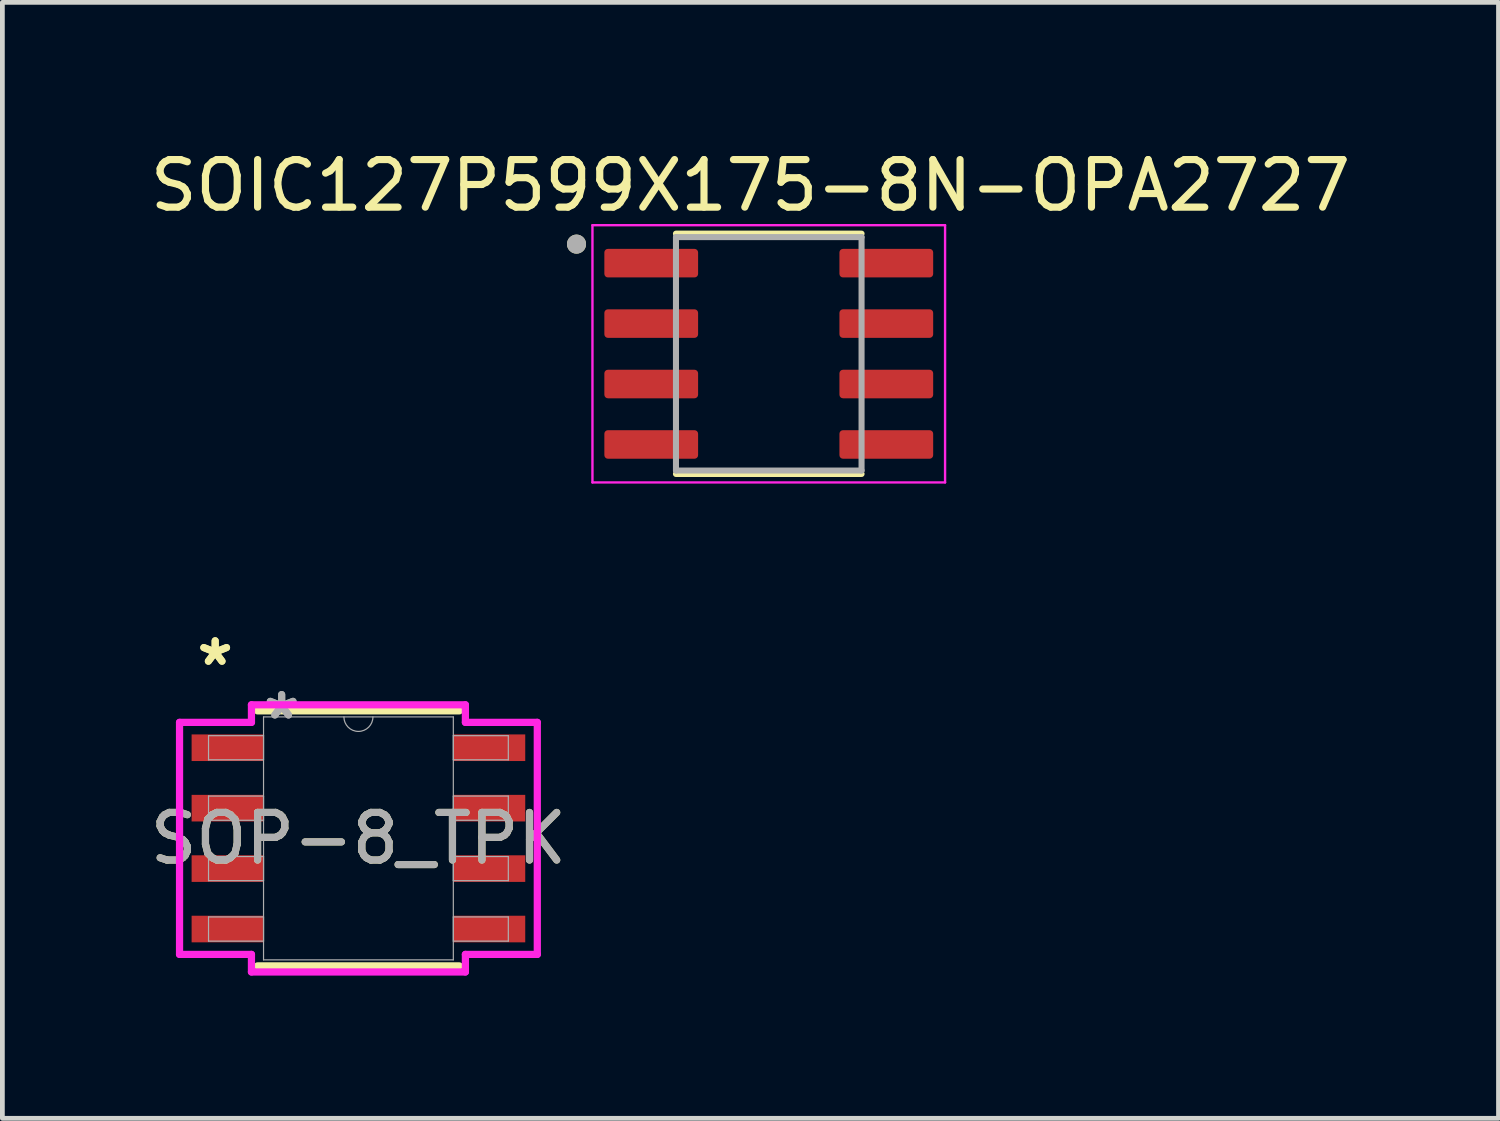
<source format=kicad_pcb>
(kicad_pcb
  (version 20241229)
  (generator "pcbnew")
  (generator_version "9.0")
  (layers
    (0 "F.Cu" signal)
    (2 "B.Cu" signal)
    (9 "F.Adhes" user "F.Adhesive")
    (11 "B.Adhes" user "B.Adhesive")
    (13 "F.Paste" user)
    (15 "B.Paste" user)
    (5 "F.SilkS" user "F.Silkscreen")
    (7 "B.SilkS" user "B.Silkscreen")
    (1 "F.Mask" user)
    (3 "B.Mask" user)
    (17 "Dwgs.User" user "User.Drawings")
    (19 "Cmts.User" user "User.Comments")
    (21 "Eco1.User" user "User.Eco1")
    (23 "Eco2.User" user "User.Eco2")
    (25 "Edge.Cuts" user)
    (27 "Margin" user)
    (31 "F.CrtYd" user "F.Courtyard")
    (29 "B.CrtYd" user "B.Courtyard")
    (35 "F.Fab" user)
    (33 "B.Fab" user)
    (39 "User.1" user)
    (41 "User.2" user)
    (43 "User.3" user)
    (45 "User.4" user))
  (footprint "SOP-8_TPK"
    (layer "F.Cu")
    (at 4.482 14.568)
    (property "Reference" "SOP-8_TPK" (at 0 0 0) (unlocked yes) (layer "F.SilkS") (effects (font (size 1 1) (thickness 0.15))))
    (attr smd)
    (fp_line (start -2.121 2.68) (end 2.121 2.68) (stroke (width 0.152) (type solid)) (layer "F.SilkS"))
    (fp_line (start 2.121 -2.68) (end -2.121 -2.68) (stroke (width 0.152) (type solid)) (layer "F.SilkS"))
    (fp_line (start -3.759 -2.438) (end -2.248 -2.438) (stroke (width 0.152) (type solid)) (layer "F.CrtYd"))
    (fp_line (start -3.759 2.438) (end -3.759 -2.438) (stroke (width 0.152) (type solid)) (layer "F.CrtYd"))
    (fp_line (start -3.759 2.438) (end -2.248 2.438) (stroke (width 0.152) (type solid)) (layer "F.CrtYd"))
    (fp_line (start -2.248 -2.807) (end 2.248 -2.807) (stroke (width 0.152) (type solid)) (layer "F.CrtYd"))
    (fp_line (start -2.248 -2.438) (end -2.248 -2.807) (stroke (width 0.152) (type solid)) (layer "F.CrtYd"))
    (fp_line (start -2.248 2.807) (end -2.248 2.438) (stroke (width 0.152) (type solid)) (layer "F.CrtYd"))
    (fp_line (start 2.248 -2.807) (end 2.248 -2.438) (stroke (width 0.152) (type solid)) (layer "F.CrtYd"))
    (fp_line (start 2.248 2.438) (end 2.248 2.807) (stroke (width 0.152) (type solid)) (layer "F.CrtYd"))
    (fp_line (start 2.248 2.807) (end -2.248 2.807) (stroke (width 0.152) (type solid)) (layer "F.CrtYd"))
    (fp_line (start 3.759 -2.438) (end 2.248 -2.438) (stroke (width 0.152) (type solid)) (layer "F.CrtYd"))
    (fp_line (start 3.759 -2.438) (end 3.759 2.438) (stroke (width 0.152) (type solid)) (layer "F.CrtYd"))
    (fp_line (start 3.759 2.438) (end 2.248 2.438) (stroke (width 0.152) (type solid)) (layer "F.CrtYd"))
    (fp_line (start -3.15 -2.159) (end -3.15 -1.651) (stroke (width 0.025) (type solid)) (layer "F.Fab"))
    (fp_line (start -3.15 -1.651) (end -1.994 -1.651) (stroke (width 0.025) (type solid)) (layer "F.Fab"))
    (fp_line (start -3.15 -0.889) (end -3.15 -0.381) (stroke (width 0.025) (type solid)) (layer "F.Fab"))
    (fp_line (start -3.15 -0.381) (end -1.994 -0.381) (stroke (width 0.025) (type solid)) (layer "F.Fab"))
    (fp_line (start -3.15 0.381) (end -3.15 0.889) (stroke (width 0.025) (type solid)) (layer "F.Fab"))
    (fp_line (start -3.15 0.889) (end -1.994 0.889) (stroke (width 0.025) (type solid)) (layer "F.Fab"))
    (fp_line (start -3.15 1.651) (end -3.15 2.159) (stroke (width 0.025) (type solid)) (layer "F.Fab"))
    (fp_line (start -3.15 2.159) (end -1.994 2.159) (stroke (width 0.025) (type solid)) (layer "F.Fab"))
    (fp_line (start -1.994 -2.553) (end -1.994 2.553) (stroke (width 0.025) (type solid)) (layer "F.Fab"))
    (fp_line (start -1.994 -2.159) (end -3.15 -2.159) (stroke (width 0.025) (type solid)) (layer "F.Fab"))
    (fp_line (start -1.994 -1.651) (end -1.994 -2.159) (stroke (width 0.025) (type solid)) (layer "F.Fab"))
    (fp_line (start -1.994 -0.889) (end -3.15 -0.889) (stroke (width 0.025) (type solid)) (layer "F.Fab"))
    (fp_line (start -1.994 -0.381) (end -1.994 -0.889) (stroke (width 0.025) (type solid)) (layer "F.Fab"))
    (fp_line (start -1.994 0.381) (end -3.15 0.381) (stroke (width 0.025) (type solid)) (layer "F.Fab"))
    (fp_line (start -1.994 0.889) (end -1.994 0.381) (stroke (width 0.025) (type solid)) (layer "F.Fab"))
    (fp_line (start -1.994 1.651) (end -3.15 1.651) (stroke (width 0.025) (type solid)) (layer "F.Fab"))
    (fp_line (start -1.994 2.159) (end -1.994 1.651) (stroke (width 0.025) (type solid)) (layer "F.Fab"))
    (fp_line (start -1.994 2.553) (end 1.994 2.553) (stroke (width 0.025) (type solid)) (layer "F.Fab"))
    (fp_line (start 1.994 -2.553) (end -1.994 -2.553) (stroke (width 0.025) (type solid)) (layer "F.Fab"))
    (fp_line (start 1.994 -2.159) (end 1.994 -1.651) (stroke (width 0.025) (type solid)) (layer "F.Fab"))
    (fp_line (start 1.994 -1.651) (end 3.15 -1.651) (stroke (width 0.025) (type solid)) (layer "F.Fab"))
    (fp_line (start 1.994 -0.889) (end 1.994 -0.381) (stroke (width 0.025) (type solid)) (layer "F.Fab"))
    (fp_line (start 1.994 -0.381) (end 3.15 -0.381) (stroke (width 0.025) (type solid)) (layer "F.Fab"))
    (fp_line (start 1.994 0.381) (end 1.994 0.889) (stroke (width 0.025) (type solid)) (layer "F.Fab"))
    (fp_line (start 1.994 0.889) (end 3.15 0.889) (stroke (width 0.025) (type solid)) (layer "F.Fab"))
    (fp_line (start 1.994 1.651) (end 1.994 2.159) (stroke (width 0.025) (type solid)) (layer "F.Fab"))
    (fp_line (start 1.994 2.159) (end 3.15 2.159) (stroke (width 0.025) (type solid)) (layer "F.Fab"))
    (fp_line (start 1.994 2.553) (end 1.994 -2.553) (stroke (width 0.025) (type solid)) (layer "F.Fab"))
    (fp_line (start 3.15 -2.159) (end 1.994 -2.159) (stroke (width 0.025) (type solid)) (layer "F.Fab"))
    (fp_line (start 3.15 -1.651) (end 3.15 -2.159) (stroke (width 0.025) (type solid)) (layer "F.Fab"))
    (fp_line (start 3.15 -0.889) (end 1.994 -0.889) (stroke (width 0.025) (type solid)) (layer "F.Fab"))
    (fp_line (start 3.15 -0.381) (end 3.15 -0.889) (stroke (width 0.025) (type solid)) (layer "F.Fab"))
    (fp_line (start 3.15 0.381) (end 1.994 0.381) (stroke (width 0.025) (type solid)) (layer "F.Fab"))
    (fp_line (start 3.15 0.889) (end 3.15 0.381) (stroke (width 0.025) (type solid)) (layer "F.Fab"))
    (fp_line (start 3.15 1.651) (end 1.994 1.651) (stroke (width 0.025) (type solid)) (layer "F.Fab"))
    (fp_line (start 3.15 2.159) (end 3.15 1.651) (stroke (width 0.025) (type solid)) (layer "F.Fab"))
    (fp_arc (start 0.3048 -2.5527) (mid 0 -2.2479) (end -0.3048 -2.5527) (stroke (width 0.0254) (type solid)) (layer "F.Fab"))
    (fp_text user "*" (at -3.01 -3.607 0) (unlocked yes) (layer "F.SilkS") (effects (font (size 1 1) (thickness 0.15))))
    (fp_text user "*" (at -3.01 -3.607 0) (layer "F.SilkS") (effects (font (size 1 1) (thickness 0.15))))
    (fp_text user "${REFERENCE}" (at 0 0 0) (unlocked yes) (layer "F.Fab") (effects (font (size 1 1) (thickness 0.15))))
    (fp_text user "*" (at -1.613 -2.477 0) (unlocked yes) (layer "F.Fab") (effects (font (size 1 1) (thickness 0.15))))
    (fp_text user "*" (at -1.613 -2.477 0) (layer "F.Fab") (effects (font (size 1 1) (thickness 0.15))))
    (pad "1" smd rect (at -2.756 -1.905) (size 1.499 0.559) (layers "F.Cu" "F.Mask" "F.Paste"))
    (pad "2" smd rect (at -2.756 -0.635) (size 1.499 0.559) (layers "F.Cu" "F.Mask" "F.Paste"))
    (pad "3" smd rect (at -2.756 0.635) (size 1.499 0.559) (layers "F.Cu" "F.Mask" "F.Paste"))
    (pad "4" smd rect (at -2.756 1.905) (size 1.499 0.559) (layers "F.Cu" "F.Mask" "F.Paste"))
    (pad "5" smd rect (at 2.756 1.905) (size 1.499 0.559) (layers "F.Cu" "F.Mask" "F.Paste"))
    (pad "6" smd rect (at 2.756 0.635) (size 1.499 0.559) (layers "F.Cu" "F.Mask" "F.Paste"))
    (pad "7" smd rect (at 2.756 -0.635) (size 1.499 0.559) (layers "F.Cu" "F.Mask" "F.Paste"))
    (pad "8" smd rect (at 2.756 -1.905) (size 1.499 0.559) (layers "F.Cu" "F.Mask" "F.Paste")))
  (footprint "SOIC127P599X175-8N-OPA2727"
    (layer "F.Cu")
    (at 13.105 4.385)
    (property "Reference" "SOIC127P599X175-8N-OPA2727" (at -0.385 -3.537 0) (layer "F.SilkS") (effects (font (size 1 1) (thickness 0.15))))
    (attr smd)
    (fp_line (start -1.95 -2.525) (end 1.95 -2.525) (stroke (width 0.127) (type solid)) (layer "F.SilkS"))
    (fp_line (start -1.95 2.525) (end 1.95 2.525) (stroke (width 0.127) (type solid)) (layer "F.SilkS"))
    (fp_circle (center -4.04 -2.305) (end -3.94 -2.305) (stroke (width 0.2) (type solid)) (fill no) (layer "F.SilkS"))
    (fp_line (start -3.705 -2.703) (end -3.705 2.703) (stroke (width 0.05) (type solid)) (layer "F.CrtYd"))
    (fp_line (start -3.705 -2.703) (end 3.705 -2.703) (stroke (width 0.05) (type solid)) (layer "F.CrtYd"))
    (fp_line (start -3.705 2.703) (end 3.705 2.703) (stroke (width 0.05) (type solid)) (layer "F.CrtYd"))
    (fp_line (start 3.705 -2.703) (end 3.705 2.703) (stroke (width 0.05) (type solid)) (layer "F.CrtYd"))
    (fp_line (start -1.95 -2.453) (end -1.95 2.453) (stroke (width 0.127) (type solid)) (layer "F.Fab"))
    (fp_line (start -1.95 -2.453) (end 1.95 -2.453) (stroke (width 0.127) (type solid)) (layer "F.Fab"))
    (fp_line (start -1.95 2.453) (end 1.95 2.453) (stroke (width 0.127) (type solid)) (layer "F.Fab"))
    (fp_line (start 1.95 -2.453) (end 1.95 2.453) (stroke (width 0.127) (type solid)) (layer "F.Fab"))
    (fp_circle (center -4.04 -2.305) (end -3.94 -2.305) (stroke (width 0.2) (type solid)) (fill no) (layer "F.Fab"))
    (pad "1" smd roundrect (at -2.47 -1.905) (size 1.97 0.6) (layers "F.Cu" "F.Mask" "F.Paste") (roundrect_rratio 0.125))
    (pad "2" smd roundrect (at -2.47 -0.635) (size 1.97 0.6) (layers "F.Cu" "F.Mask" "F.Paste") (roundrect_rratio 0.125))
    (pad "3" smd roundrect (at -2.47 0.635) (size 1.97 0.6) (layers "F.Cu" "F.Mask" "F.Paste") (roundrect_rratio 0.125))
    (pad "4" smd roundrect (at -2.47 1.905) (size 1.97 0.6) (layers "F.Cu" "F.Mask" "F.Paste") (roundrect_rratio 0.125))
    (pad "5" smd roundrect (at 2.47 1.905) (size 1.97 0.6) (layers "F.Cu" "F.Mask" "F.Paste") (roundrect_rratio 0.125))
    (pad "6" smd roundrect (at 2.47 0.635) (size 1.97 0.6) (layers "F.Cu" "F.Mask" "F.Paste") (roundrect_rratio 0.125))
    (pad "7" smd roundrect (at 2.47 -0.635) (size 1.97 0.6) (layers "F.Cu" "F.Mask" "F.Paste") (roundrect_rratio 0.125))
    (pad "8" smd roundrect (at 2.47 -1.905) (size 1.97 0.6) (layers "F.Cu" "F.Mask" "F.Paste") (roundrect_rratio 0.125)))
  (gr_rect
    (start -3 -3)
    (end 28.44 20.451)
    (stroke (width 0.1) (type default))
    (fill no)
    (layer "Edge.Cuts")))
</source>
